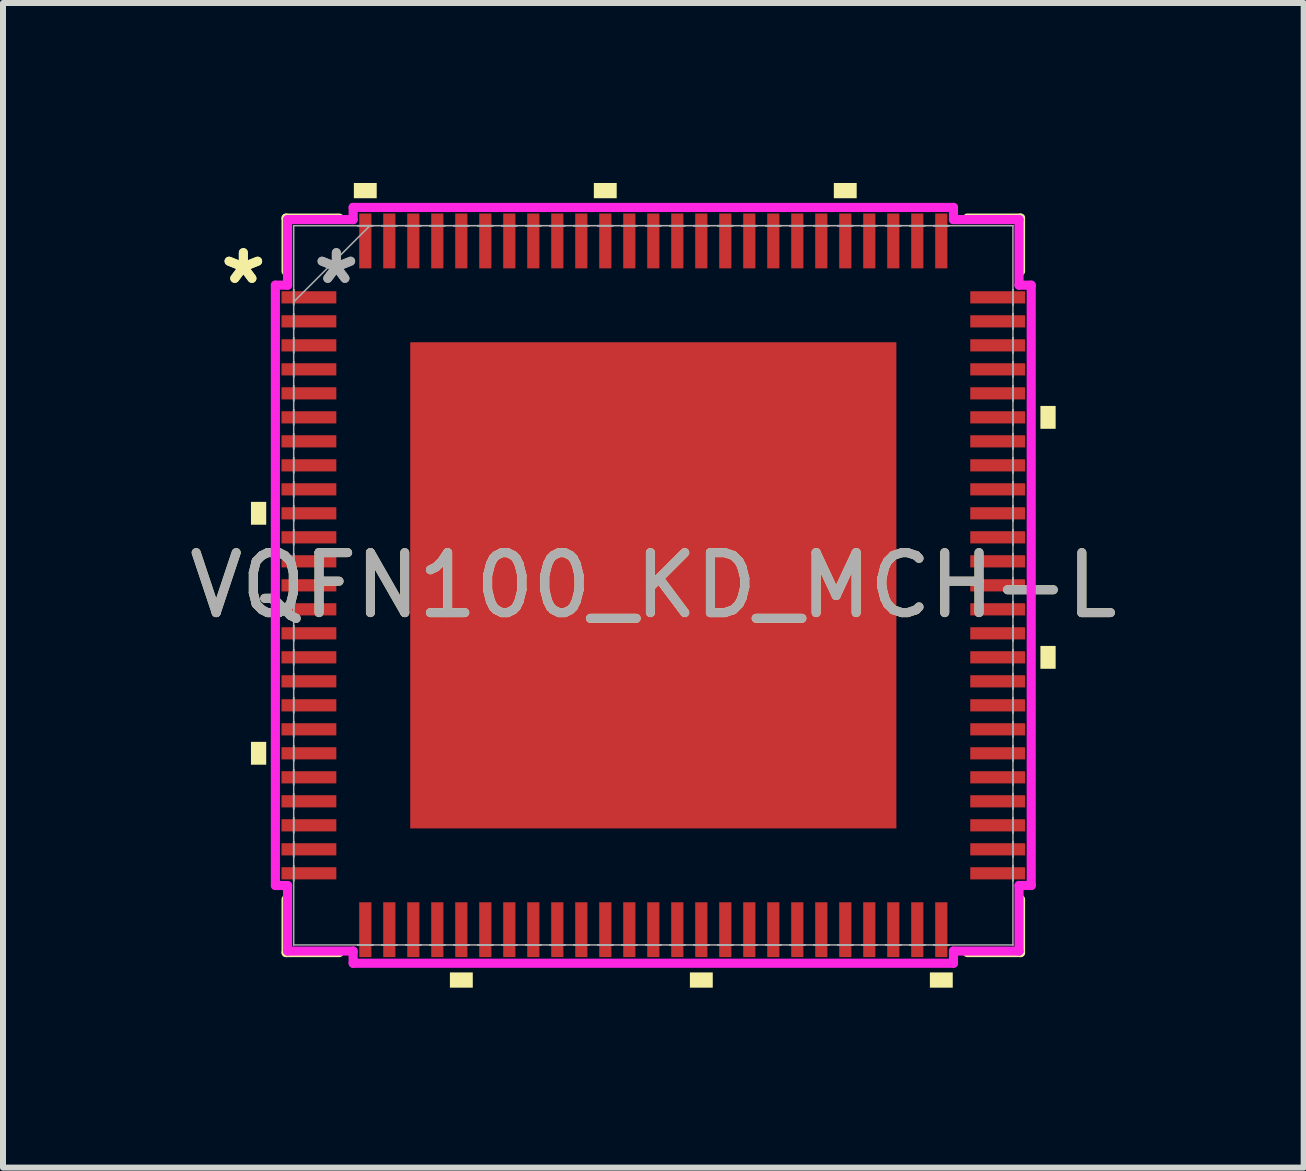
<source format=kicad_pcb>
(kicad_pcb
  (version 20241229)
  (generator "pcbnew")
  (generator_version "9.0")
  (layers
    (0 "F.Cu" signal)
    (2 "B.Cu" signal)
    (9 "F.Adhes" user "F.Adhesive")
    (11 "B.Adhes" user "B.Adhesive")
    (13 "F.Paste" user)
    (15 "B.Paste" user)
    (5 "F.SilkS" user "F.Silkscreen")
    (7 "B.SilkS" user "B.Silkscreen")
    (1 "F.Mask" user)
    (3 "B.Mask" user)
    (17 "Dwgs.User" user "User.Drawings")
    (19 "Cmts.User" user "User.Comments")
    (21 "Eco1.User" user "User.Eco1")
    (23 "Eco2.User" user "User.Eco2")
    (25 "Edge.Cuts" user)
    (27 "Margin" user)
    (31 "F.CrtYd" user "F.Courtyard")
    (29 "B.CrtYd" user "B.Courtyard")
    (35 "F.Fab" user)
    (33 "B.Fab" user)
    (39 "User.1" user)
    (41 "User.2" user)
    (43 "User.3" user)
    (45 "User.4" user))
  (footprint "VQFN100_KD_MCH-L"
    (layer "F.Cu")
    (at 7.839 6.706)
    (property "Reference" "VQFN100_KD_MCH-L" (at 0 0 0) (unlocked yes) (layer "F.SilkS") (effects (font (size 1 1) (thickness 0.15))))
    (attr smd)
    (fp_line (start -6.121 -6.121) (end -6.121 -5.234) (stroke (width 0.152) (type solid)) (layer "F.SilkS"))
    (fp_line (start -6.121 5.234) (end -6.121 6.121) (stroke (width 0.152) (type solid)) (layer "F.SilkS"))
    (fp_line (start -6.121 6.121) (end -5.234 6.121) (stroke (width 0.152) (type solid)) (layer "F.SilkS"))
    (fp_line (start -5.234 -6.121) (end -6.121 -6.121) (stroke (width 0.152) (type solid)) (layer "F.SilkS"))
    (fp_line (start 5.234 6.121) (end 6.121 6.121) (stroke (width 0.152) (type solid)) (layer "F.SilkS"))
    (fp_line (start 6.121 -6.121) (end 5.234 -6.121) (stroke (width 0.152) (type solid)) (layer "F.SilkS"))
    (fp_line (start 6.121 -5.234) (end 6.121 -6.121) (stroke (width 0.152) (type solid)) (layer "F.SilkS"))
    (fp_line (start 6.121 6.121) (end 6.121 5.234) (stroke (width 0.152) (type solid)) (layer "F.SilkS"))
    (fp_poly (pts (xy -6.706 -1.391) (xy -6.706 -1.01) (xy -6.452 -1.01) (xy -6.452 -1.391)) (stroke (width 0) (type solid)) (fill yes) (layer "F.SilkS"))
    (fp_poly (pts (xy -6.706 2.609) (xy -6.706 2.99) (xy -6.452 2.99) (xy -6.452 2.609)) (stroke (width 0) (type solid)) (fill yes) (layer "F.SilkS"))
    (fp_poly (pts (xy -4.991 -6.452) (xy -4.991 -6.706) (xy -4.61 -6.706) (xy -4.61 -6.452)) (stroke (width 0) (type solid)) (fill yes) (layer "F.SilkS"))
    (fp_poly (pts (xy -3.39 6.452) (xy -3.39 6.706) (xy -3.009 6.706) (xy -3.009 6.452)) (stroke (width 0) (type solid)) (fill yes) (layer "F.SilkS"))
    (fp_poly (pts (xy -0.991 -6.452) (xy -0.991 -6.706) (xy -0.61 -6.706) (xy -0.61 -6.452)) (stroke (width 0) (type solid)) (fill yes) (layer "F.SilkS"))
    (fp_poly (pts (xy 0.61 6.452) (xy 0.61 6.706) (xy 0.991 6.706) (xy 0.991 6.452)) (stroke (width 0) (type solid)) (fill yes) (layer "F.SilkS"))
    (fp_poly (pts (xy 3.009 -6.452) (xy 3.009 -6.706) (xy 3.39 -6.706) (xy 3.39 -6.452)) (stroke (width 0) (type solid)) (fill yes) (layer "F.SilkS"))
    (fp_poly (pts (xy 4.61 6.452) (xy 4.61 6.706) (xy 4.991 6.706) (xy 4.991 6.452)) (stroke (width 0) (type solid)) (fill yes) (layer "F.SilkS"))
    (fp_poly (pts (xy 6.706 -2.99) (xy 6.706 -2.609) (xy 6.452 -2.609) (xy 6.452 -2.99)) (stroke (width 0) (type solid)) (fill yes) (layer "F.SilkS"))
    (fp_poly (pts (xy 6.706 1.01) (xy 6.706 1.391) (xy 6.452 1.391) (xy 6.452 1.01)) (stroke (width 0) (type solid)) (fill yes) (layer "F.SilkS"))
    (fp_poly (pts (xy -3.951 -3.951) (xy -3.951 -2.801) (xy -2.801 -2.801) (xy -2.801 -3.951)) (stroke (width 0) (type solid)) (fill yes) (layer "F.Paste"))
    (fp_poly (pts (xy -3.951 -2.601) (xy -3.951 -1.45) (xy -2.801 -1.45) (xy -2.801 -2.601)) (stroke (width 0) (type solid)) (fill yes) (layer "F.Paste"))
    (fp_poly (pts (xy -3.951 -1.25) (xy -3.951 -0.1) (xy -2.801 -0.1) (xy -2.801 -1.25)) (stroke (width 0) (type solid)) (fill yes) (layer "F.Paste"))
    (fp_poly (pts (xy -3.951 0.1) (xy -3.951 1.25) (xy -2.801 1.25) (xy -2.801 0.1)) (stroke (width 0) (type solid)) (fill yes) (layer "F.Paste"))
    (fp_poly (pts (xy -3.951 1.45) (xy -3.951 2.601) (xy -2.801 2.601) (xy -2.801 1.45)) (stroke (width 0) (type solid)) (fill yes) (layer "F.Paste"))
    (fp_poly (pts (xy -3.951 2.801) (xy -3.951 3.951) (xy -2.801 3.951) (xy -2.801 2.801)) (stroke (width 0) (type solid)) (fill yes) (layer "F.Paste"))
    (fp_poly (pts (xy -2.601 -3.951) (xy -2.601 -2.801) (xy -1.45 -2.801) (xy -1.45 -3.951)) (stroke (width 0) (type solid)) (fill yes) (layer "F.Paste"))
    (fp_poly (pts (xy -2.601 -2.601) (xy -2.601 -1.45) (xy -1.45 -1.45) (xy -1.45 -2.601)) (stroke (width 0) (type solid)) (fill yes) (layer "F.Paste"))
    (fp_poly (pts (xy -2.601 -1.25) (xy -2.601 -0.1) (xy -1.45 -0.1) (xy -1.45 -1.25)) (stroke (width 0) (type solid)) (fill yes) (layer "F.Paste"))
    (fp_poly (pts (xy -2.601 0.1) (xy -2.601 1.25) (xy -1.45 1.25) (xy -1.45 0.1)) (stroke (width 0) (type solid)) (fill yes) (layer "F.Paste"))
    (fp_poly (pts (xy -2.601 1.45) (xy -2.601 2.601) (xy -1.45 2.601) (xy -1.45 1.45)) (stroke (width 0) (type solid)) (fill yes) (layer "F.Paste"))
    (fp_poly (pts (xy -2.601 2.801) (xy -2.601 3.951) (xy -1.45 3.951) (xy -1.45 2.801)) (stroke (width 0) (type solid)) (fill yes) (layer "F.Paste"))
    (fp_poly (pts (xy -1.25 -3.951) (xy -1.25 -2.801) (xy -0.1 -2.801) (xy -0.1 -3.951)) (stroke (width 0) (type solid)) (fill yes) (layer "F.Paste"))
    (fp_poly (pts (xy -1.25 -2.601) (xy -1.25 -1.45) (xy -0.1 -1.45) (xy -0.1 -2.601)) (stroke (width 0) (type solid)) (fill yes) (layer "F.Paste"))
    (fp_poly (pts (xy -1.25 -1.25) (xy -1.25 -0.1) (xy -0.1 -0.1) (xy -0.1 -1.25)) (stroke (width 0) (type solid)) (fill yes) (layer "F.Paste"))
    (fp_poly (pts (xy -1.25 0.1) (xy -1.25 1.25) (xy -0.1 1.25) (xy -0.1 0.1)) (stroke (width 0) (type solid)) (fill yes) (layer "F.Paste"))
    (fp_poly (pts (xy -1.25 1.45) (xy -1.25 2.601) (xy -0.1 2.601) (xy -0.1 1.45)) (stroke (width 0) (type solid)) (fill yes) (layer "F.Paste"))
    (fp_poly (pts (xy -1.25 2.801) (xy -1.25 3.951) (xy -0.1 3.951) (xy -0.1 2.801)) (stroke (width 0) (type solid)) (fill yes) (layer "F.Paste"))
    (fp_poly (pts (xy 0.1 -3.951) (xy 0.1 -2.801) (xy 1.25 -2.801) (xy 1.25 -3.951)) (stroke (width 0) (type solid)) (fill yes) (layer "F.Paste"))
    (fp_poly (pts (xy 0.1 -2.601) (xy 0.1 -1.45) (xy 1.25 -1.45) (xy 1.25 -2.601)) (stroke (width 0) (type solid)) (fill yes) (layer "F.Paste"))
    (fp_poly (pts (xy 0.1 -1.25) (xy 0.1 -0.1) (xy 1.25 -0.1) (xy 1.25 -1.25)) (stroke (width 0) (type solid)) (fill yes) (layer "F.Paste"))
    (fp_poly (pts (xy 0.1 0.1) (xy 0.1 1.25) (xy 1.25 1.25) (xy 1.25 0.1)) (stroke (width 0) (type solid)) (fill yes) (layer "F.Paste"))
    (fp_poly (pts (xy 0.1 1.45) (xy 0.1 2.601) (xy 1.25 2.601) (xy 1.25 1.45)) (stroke (width 0) (type solid)) (fill yes) (layer "F.Paste"))
    (fp_poly (pts (xy 0.1 2.801) (xy 0.1 3.951) (xy 1.25 3.951) (xy 1.25 2.801)) (stroke (width 0) (type solid)) (fill yes) (layer "F.Paste"))
    (fp_poly (pts (xy 1.45 -3.951) (xy 1.45 -2.801) (xy 2.601 -2.801) (xy 2.601 -3.951)) (stroke (width 0) (type solid)) (fill yes) (layer "F.Paste"))
    (fp_poly (pts (xy 1.45 -2.601) (xy 1.45 -1.45) (xy 2.601 -1.45) (xy 2.601 -2.601)) (stroke (width 0) (type solid)) (fill yes) (layer "F.Paste"))
    (fp_poly (pts (xy 1.45 -1.25) (xy 1.45 -0.1) (xy 2.601 -0.1) (xy 2.601 -1.25)) (stroke (width 0) (type solid)) (fill yes) (layer "F.Paste"))
    (fp_poly (pts (xy 1.45 0.1) (xy 1.45 1.25) (xy 2.601 1.25) (xy 2.601 0.1)) (stroke (width 0) (type solid)) (fill yes) (layer "F.Paste"))
    (fp_poly (pts (xy 1.45 1.45) (xy 1.45 2.601) (xy 2.601 2.601) (xy 2.601 1.45)) (stroke (width 0) (type solid)) (fill yes) (layer "F.Paste"))
    (fp_poly (pts (xy 1.45 2.801) (xy 1.45 3.951) (xy 2.601 3.951) (xy 2.601 2.801)) (stroke (width 0) (type solid)) (fill yes) (layer "F.Paste"))
    (fp_poly (pts (xy 2.801 -3.951) (xy 2.801 -2.801) (xy 3.951 -2.801) (xy 3.951 -3.951)) (stroke (width 0) (type solid)) (fill yes) (layer "F.Paste"))
    (fp_poly (pts (xy 2.801 -2.601) (xy 2.801 -1.45) (xy 3.951 -1.45) (xy 3.951 -2.601)) (stroke (width 0) (type solid)) (fill yes) (layer "F.Paste"))
    (fp_poly (pts (xy 2.801 -1.25) (xy 2.801 -0.1) (xy 3.951 -0.1) (xy 3.951 -1.25)) (stroke (width 0) (type solid)) (fill yes) (layer "F.Paste"))
    (fp_poly (pts (xy 2.801 0.1) (xy 2.801 1.25) (xy 3.951 1.25) (xy 3.951 0.1)) (stroke (width 0) (type solid)) (fill yes) (layer "F.Paste"))
    (fp_poly (pts (xy 2.801 1.45) (xy 2.801 2.601) (xy 3.951 2.601) (xy 3.951 1.45)) (stroke (width 0) (type solid)) (fill yes) (layer "F.Paste"))
    (fp_poly (pts (xy 2.801 2.801) (xy 2.801 3.951) (xy 3.951 3.951) (xy 3.951 2.801)) (stroke (width 0) (type solid)) (fill yes) (layer "F.Paste"))
    (fp_line (start -6.299 -5.003) (end -6.096 -5.003) (stroke (width 0.152) (type solid)) (layer "F.CrtYd"))
    (fp_line (start -6.299 5.003) (end -6.299 -5.003) (stroke (width 0.152) (type solid)) (layer "F.CrtYd"))
    (fp_line (start -6.096 -6.096) (end -5.003 -6.096) (stroke (width 0.152) (type solid)) (layer "F.CrtYd"))
    (fp_line (start -6.096 -5.003) (end -6.096 -6.096) (stroke (width 0.152) (type solid)) (layer "F.CrtYd"))
    (fp_line (start -6.096 5.003) (end -6.299 5.003) (stroke (width 0.152) (type solid)) (layer "F.CrtYd"))
    (fp_line (start -6.096 6.096) (end -6.096 5.003) (stroke (width 0.152) (type solid)) (layer "F.CrtYd"))
    (fp_line (start -5.003 -6.299) (end 5.003 -6.299) (stroke (width 0.152) (type solid)) (layer "F.CrtYd"))
    (fp_line (start -5.003 -6.096) (end -5.003 -6.299) (stroke (width 0.152) (type solid)) (layer "F.CrtYd"))
    (fp_line (start -5.003 6.096) (end -6.096 6.096) (stroke (width 0.152) (type solid)) (layer "F.CrtYd"))
    (fp_line (start -5.003 6.299) (end -5.003 6.096) (stroke (width 0.152) (type solid)) (layer "F.CrtYd"))
    (fp_line (start 5.003 -6.299) (end 5.003 -6.096) (stroke (width 0.152) (type solid)) (layer "F.CrtYd"))
    (fp_line (start 5.003 -6.096) (end 6.096 -6.096) (stroke (width 0.152) (type solid)) (layer "F.CrtYd"))
    (fp_line (start 5.003 6.096) (end 5.003 6.299) (stroke (width 0.152) (type solid)) (layer "F.CrtYd"))
    (fp_line (start 5.003 6.299) (end -5.003 6.299) (stroke (width 0.152) (type solid)) (layer "F.CrtYd"))
    (fp_line (start 6.096 -6.096) (end 6.096 -5.003) (stroke (width 0.152) (type solid)) (layer "F.CrtYd"))
    (fp_line (start 6.096 -5.003) (end 6.299 -5.003) (stroke (width 0.152) (type solid)) (layer "F.CrtYd"))
    (fp_line (start 6.096 5.003) (end 6.096 6.096) (stroke (width 0.152) (type solid)) (layer "F.CrtYd"))
    (fp_line (start 6.096 6.096) (end 5.003 6.096) (stroke (width 0.152) (type solid)) (layer "F.CrtYd"))
    (fp_line (start 6.299 -5.003) (end 6.299 5.003) (stroke (width 0.152) (type solid)) (layer "F.CrtYd"))
    (fp_line (start 6.299 5.003) (end 6.096 5.003) (stroke (width 0.152) (type solid)) (layer "F.CrtYd"))
    (fp_line (start -5.994 -5.994) (end -5.994 -5.994) (stroke (width 0.025) (type solid)) (layer "F.Fab"))
    (fp_line (start -5.994 -5.994) (end -5.994 5.994) (stroke (width 0.025) (type solid)) (layer "F.Fab"))
    (fp_line (start -5.994 -4.927) (end -5.994 -4.927) (stroke (width 0.025) (type solid)) (layer "F.Fab"))
    (fp_line (start -5.994 -4.927) (end -5.994 -4.673) (stroke (width 0.025) (type solid)) (layer "F.Fab"))
    (fp_line (start -5.994 -4.724) (end -4.724 -5.994) (stroke (width 0.025) (type solid)) (layer "F.Fab"))
    (fp_line (start -5.994 -4.673) (end -5.994 -4.927) (stroke (width 0.025) (type solid)) (layer "F.Fab"))
    (fp_line (start -5.994 -4.673) (end -5.994 -4.673) (stroke (width 0.025) (type solid)) (layer "F.Fab"))
    (fp_line (start -5.994 -4.527) (end -5.994 -4.527) (stroke (width 0.025) (type solid)) (layer "F.Fab"))
    (fp_line (start -5.994 -4.527) (end -5.994 -4.273) (stroke (width 0.025) (type solid)) (layer "F.Fab"))
    (fp_line (start -5.994 -4.273) (end -5.994 -4.527) (stroke (width 0.025) (type solid)) (layer "F.Fab"))
    (fp_line (start -5.994 -4.273) (end -5.994 -4.273) (stroke (width 0.025) (type solid)) (layer "F.Fab"))
    (fp_line (start -5.994 -4.127) (end -5.994 -4.127) (stroke (width 0.025) (type solid)) (layer "F.Fab"))
    (fp_line (start -5.994 -4.127) (end -5.994 -3.873) (stroke (width 0.025) (type solid)) (layer "F.Fab"))
    (fp_line (start -5.994 -3.873) (end -5.994 -4.127) (stroke (width 0.025) (type solid)) (layer "F.Fab"))
    (fp_line (start -5.994 -3.873) (end -5.994 -3.873) (stroke (width 0.025) (type solid)) (layer "F.Fab"))
    (fp_line (start -5.994 -3.727) (end -5.994 -3.727) (stroke (width 0.025) (type solid)) (layer "F.Fab"))
    (fp_line (start -5.994 -3.727) (end -5.994 -3.473) (stroke (width 0.025) (type solid)) (layer "F.Fab"))
    (fp_line (start -5.994 -3.473) (end -5.994 -3.727) (stroke (width 0.025) (type solid)) (layer "F.Fab"))
    (fp_line (start -5.994 -3.473) (end -5.994 -3.473) (stroke (width 0.025) (type solid)) (layer "F.Fab"))
    (fp_line (start -5.994 -3.327) (end -5.994 -3.327) (stroke (width 0.025) (type solid)) (layer "F.Fab"))
    (fp_line (start -5.994 -3.327) (end -5.994 -3.073) (stroke (width 0.025) (type solid)) (layer "F.Fab"))
    (fp_line (start -5.994 -3.073) (end -5.994 -3.327) (stroke (width 0.025) (type solid)) (layer "F.Fab"))
    (fp_line (start -5.994 -3.073) (end -5.994 -3.073) (stroke (width 0.025) (type solid)) (layer "F.Fab"))
    (fp_line (start -5.994 -2.927) (end -5.994 -2.927) (stroke (width 0.025) (type solid)) (layer "F.Fab"))
    (fp_line (start -5.994 -2.927) (end -5.994 -2.673) (stroke (width 0.025) (type solid)) (layer "F.Fab"))
    (fp_line (start -5.994 -2.673) (end -5.994 -2.927) (stroke (width 0.025) (type solid)) (layer "F.Fab"))
    (fp_line (start -5.994 -2.673) (end -5.994 -2.673) (stroke (width 0.025) (type solid)) (layer "F.Fab"))
    (fp_line (start -5.994 -2.527) (end -5.994 -2.527) (stroke (width 0.025) (type solid)) (layer "F.Fab"))
    (fp_line (start -5.994 -2.527) (end -5.994 -2.273) (stroke (width 0.025) (type solid)) (layer "F.Fab"))
    (fp_line (start -5.994 -2.273) (end -5.994 -2.527) (stroke (width 0.025) (type solid)) (layer "F.Fab"))
    (fp_line (start -5.994 -2.273) (end -5.994 -2.273) (stroke (width 0.025) (type solid)) (layer "F.Fab"))
    (fp_line (start -5.994 -2.127) (end -5.994 -2.127) (stroke (width 0.025) (type solid)) (layer "F.Fab"))
    (fp_line (start -5.994 -2.127) (end -5.994 -1.873) (stroke (width 0.025) (type solid)) (layer "F.Fab"))
    (fp_line (start -5.994 -1.873) (end -5.994 -2.127) (stroke (width 0.025) (type solid)) (layer "F.Fab"))
    (fp_line (start -5.994 -1.873) (end -5.994 -1.873) (stroke (width 0.025) (type solid)) (layer "F.Fab"))
    (fp_line (start -5.994 -1.727) (end -5.994 -1.727) (stroke (width 0.025) (type solid)) (layer "F.Fab"))
    (fp_line (start -5.994 -1.727) (end -5.994 -1.473) (stroke (width 0.025) (type solid)) (layer "F.Fab"))
    (fp_line (start -5.994 -1.473) (end -5.994 -1.727) (stroke (width 0.025) (type solid)) (layer "F.Fab"))
    (fp_line (start -5.994 -1.473) (end -5.994 -1.473) (stroke (width 0.025) (type solid)) (layer "F.Fab"))
    (fp_line (start -5.994 -1.327) (end -5.994 -1.327) (stroke (width 0.025) (type solid)) (layer "F.Fab"))
    (fp_line (start -5.994 -1.327) (end -5.994 -1.073) (stroke (width 0.025) (type solid)) (layer "F.Fab"))
    (fp_line (start -5.994 -1.073) (end -5.994 -1.327) (stroke (width 0.025) (type solid)) (layer "F.Fab"))
    (fp_line (start -5.994 -1.073) (end -5.994 -1.073) (stroke (width 0.025) (type solid)) (layer "F.Fab"))
    (fp_line (start -5.994 -0.927) (end -5.994 -0.927) (stroke (width 0.025) (type solid)) (layer "F.Fab"))
    (fp_line (start -5.994 -0.927) (end -5.994 -0.673) (stroke (width 0.025) (type solid)) (layer "F.Fab"))
    (fp_line (start -5.994 -0.673) (end -5.994 -0.927) (stroke (width 0.025) (type solid)) (layer "F.Fab"))
    (fp_line (start -5.994 -0.673) (end -5.994 -0.673) (stroke (width 0.025) (type solid)) (layer "F.Fab"))
    (fp_line (start -5.994 -0.527) (end -5.994 -0.527) (stroke (width 0.025) (type solid)) (layer "F.Fab"))
    (fp_line (start -5.994 -0.527) (end -5.994 -0.273) (stroke (width 0.025) (type solid)) (layer "F.Fab"))
    (fp_line (start -5.994 -0.273) (end -5.994 -0.527) (stroke (width 0.025) (type solid)) (layer "F.Fab"))
    (fp_line (start -5.994 -0.273) (end -5.994 -0.273) (stroke (width 0.025) (type solid)) (layer "F.Fab"))
    (fp_line (start -5.994 -0.127) (end -5.994 -0.127) (stroke (width 0.025) (type solid)) (layer "F.Fab"))
    (fp_line (start -5.994 -0.127) (end -5.994 0.127) (stroke (width 0.025) (type solid)) (layer "F.Fab"))
    (fp_line (start -5.994 0.127) (end -5.994 -0.127) (stroke (width 0.025) (type solid)) (layer "F.Fab"))
    (fp_line (start -5.994 0.127) (end -5.994 0.127) (stroke (width 0.025) (type solid)) (layer "F.Fab"))
    (fp_line (start -5.994 0.273) (end -5.994 0.273) (stroke (width 0.025) (type solid)) (layer "F.Fab"))
    (fp_line (start -5.994 0.273) (end -5.994 0.527) (stroke (width 0.025) (type solid)) (layer "F.Fab"))
    (fp_line (start -5.994 0.527) (end -5.994 0.273) (stroke (width 0.025) (type solid)) (layer "F.Fab"))
    (fp_line (start -5.994 0.527) (end -5.994 0.527) (stroke (width 0.025) (type solid)) (layer "F.Fab"))
    (fp_line (start -5.994 0.673) (end -5.994 0.673) (stroke (width 0.025) (type solid)) (layer "F.Fab"))
    (fp_line (start -5.994 0.673) (end -5.994 0.927) (stroke (width 0.025) (type solid)) (layer "F.Fab"))
    (fp_line (start -5.994 0.927) (end -5.994 0.673) (stroke (width 0.025) (type solid)) (layer "F.Fab"))
    (fp_line (start -5.994 0.927) (end -5.994 0.927) (stroke (width 0.025) (type solid)) (layer "F.Fab"))
    (fp_line (start -5.994 1.073) (end -5.994 1.073) (stroke (width 0.025) (type solid)) (layer "F.Fab"))
    (fp_line (start -5.994 1.073) (end -5.994 1.327) (stroke (width 0.025) (type solid)) (layer "F.Fab"))
    (fp_line (start -5.994 1.327) (end -5.994 1.073) (stroke (width 0.025) (type solid)) (layer "F.Fab"))
    (fp_line (start -5.994 1.327) (end -5.994 1.327) (stroke (width 0.025) (type solid)) (layer "F.Fab"))
    (fp_line (start -5.994 1.473) (end -5.994 1.473) (stroke (width 0.025) (type solid)) (layer "F.Fab"))
    (fp_line (start -5.994 1.473) (end -5.994 1.727) (stroke (width 0.025) (type solid)) (layer "F.Fab"))
    (fp_line (start -5.994 1.727) (end -5.994 1.473) (stroke (width 0.025) (type solid)) (layer "F.Fab"))
    (fp_line (start -5.994 1.727) (end -5.994 1.727) (stroke (width 0.025) (type solid)) (layer "F.Fab"))
    (fp_line (start -5.994 1.873) (end -5.994 1.873) (stroke (width 0.025) (type solid)) (layer "F.Fab"))
    (fp_line (start -5.994 1.873) (end -5.994 2.127) (stroke (width 0.025) (type solid)) (layer "F.Fab"))
    (fp_line (start -5.994 2.127) (end -5.994 1.873) (stroke (width 0.025) (type solid)) (layer "F.Fab"))
    (fp_line (start -5.994 2.127) (end -5.994 2.127) (stroke (width 0.025) (type solid)) (layer "F.Fab"))
    (fp_line (start -5.994 2.273) (end -5.994 2.273) (stroke (width 0.025) (type solid)) (layer "F.Fab"))
    (fp_line (start -5.994 2.273) (end -5.994 2.527) (stroke (width 0.025) (type solid)) (layer "F.Fab"))
    (fp_line (start -5.994 2.527) (end -5.994 2.273) (stroke (width 0.025) (type solid)) (layer "F.Fab"))
    (fp_line (start -5.994 2.527) (end -5.994 2.527) (stroke (width 0.025) (type solid)) (layer "F.Fab"))
    (fp_line (start -5.994 2.673) (end -5.994 2.673) (stroke (width 0.025) (type solid)) (layer "F.Fab"))
    (fp_line (start -5.994 2.673) (end -5.994 2.927) (stroke (width 0.025) (type solid)) (layer "F.Fab"))
    (fp_line (start -5.994 2.927) (end -5.994 2.673) (stroke (width 0.025) (type solid)) (layer "F.Fab"))
    (fp_line (start -5.994 2.927) (end -5.994 2.927) (stroke (width 0.025) (type solid)) (layer "F.Fab"))
    (fp_line (start -5.994 3.073) (end -5.994 3.073) (stroke (width 0.025) (type solid)) (layer "F.Fab"))
    (fp_line (start -5.994 3.073) (end -5.994 3.327) (stroke (width 0.025) (type solid)) (layer "F.Fab"))
    (fp_line (start -5.994 3.327) (end -5.994 3.073) (stroke (width 0.025) (type solid)) (layer "F.Fab"))
    (fp_line (start -5.994 3.327) (end -5.994 3.327) (stroke (width 0.025) (type solid)) (layer "F.Fab"))
    (fp_line (start -5.994 3.473) (end -5.994 3.473) (stroke (width 0.025) (type solid)) (layer "F.Fab"))
    (fp_line (start -5.994 3.473) (end -5.994 3.727) (stroke (width 0.025) (type solid)) (layer "F.Fab"))
    (fp_line (start -5.994 3.727) (end -5.994 3.473) (stroke (width 0.025) (type solid)) (layer "F.Fab"))
    (fp_line (start -5.994 3.727) (end -5.994 3.727) (stroke (width 0.025) (type solid)) (layer "F.Fab"))
    (fp_line (start -5.994 3.873) (end -5.994 3.873) (stroke (width 0.025) (type solid)) (layer "F.Fab"))
    (fp_line (start -5.994 3.873) (end -5.994 4.127) (stroke (width 0.025) (type solid)) (layer "F.Fab"))
    (fp_line (start -5.994 4.127) (end -5.994 3.873) (stroke (width 0.025) (type solid)) (layer "F.Fab"))
    (fp_line (start -5.994 4.127) (end -5.994 4.127) (stroke (width 0.025) (type solid)) (layer "F.Fab"))
    (fp_line (start -5.994 4.273) (end -5.994 4.273) (stroke (width 0.025) (type solid)) (layer "F.Fab"))
    (fp_line (start -5.994 4.273) (end -5.994 4.527) (stroke (width 0.025) (type solid)) (layer "F.Fab"))
    (fp_line (start -5.994 4.527) (end -5.994 4.273) (stroke (width 0.025) (type solid)) (layer "F.Fab"))
    (fp_line (start -5.994 4.527) (end -5.994 4.527) (stroke (width 0.025) (type solid)) (layer "F.Fab"))
    (fp_line (start -5.994 4.673) (end -5.994 4.673) (stroke (width 0.025) (type solid)) (layer "F.Fab"))
    (fp_line (start -5.994 4.673) (end -5.994 4.927) (stroke (width 0.025) (type solid)) (layer "F.Fab"))
    (fp_line (start -5.994 4.927) (end -5.994 4.673) (stroke (width 0.025) (type solid)) (layer "F.Fab"))
    (fp_line (start -5.994 4.927) (end -5.994 4.927) (stroke (width 0.025) (type solid)) (layer "F.Fab"))
    (fp_line (start -5.994 5.994) (end -5.994 5.994) (stroke (width 0.025) (type solid)) (layer "F.Fab"))
    (fp_line (start -5.994 5.994) (end 5.994 5.994) (stroke (width 0.025) (type solid)) (layer "F.Fab"))
    (fp_line (start -4.927 5.994) (end -4.927 5.994) (stroke (width 0.025) (type solid)) (layer "F.Fab"))
    (fp_line (start -4.927 5.994) (end -4.673 5.994) (stroke (width 0.025) (type solid)) (layer "F.Fab"))
    (fp_line (start -4.927 -5.994) (end -4.927 -5.994) (stroke (width 0.025) (type solid)) (layer "F.Fab"))
    (fp_line (start -4.927 -5.994) (end -4.673 -5.994) (stroke (width 0.025) (type solid)) (layer "F.Fab"))
    (fp_line (start -4.673 5.994) (end -4.927 5.994) (stroke (width 0.025) (type solid)) (layer "F.Fab"))
    (fp_line (start -4.673 5.994) (end -4.673 5.994) (stroke (width 0.025) (type solid)) (layer "F.Fab"))
    (fp_line (start -4.673 -5.994) (end -4.927 -5.994) (stroke (width 0.025) (type solid)) (layer "F.Fab"))
    (fp_line (start -4.673 -5.994) (end -4.673 -5.994) (stroke (width 0.025) (type solid)) (layer "F.Fab"))
    (fp_line (start -4.527 5.994) (end -4.527 5.994) (stroke (width 0.025) (type solid)) (layer "F.Fab"))
    (fp_line (start -4.527 5.994) (end -4.273 5.994) (stroke (width 0.025) (type solid)) (layer "F.Fab"))
    (fp_line (start -4.527 -5.994) (end -4.527 -5.994) (stroke (width 0.025) (type solid)) (layer "F.Fab"))
    (fp_line (start -4.527 -5.994) (end -4.273 -5.994) (stroke (width 0.025) (type solid)) (layer "F.Fab"))
    (fp_line (start -4.273 5.994) (end -4.527 5.994) (stroke (width 0.025) (type solid)) (layer "F.Fab"))
    (fp_line (start -4.273 5.994) (end -4.273 5.994) (stroke (width 0.025) (type solid)) (layer "F.Fab"))
    (fp_line (start -4.273 -5.994) (end -4.527 -5.994) (stroke (width 0.025) (type solid)) (layer "F.Fab"))
    (fp_line (start -4.273 -5.994) (end -4.273 -5.994) (stroke (width 0.025) (type solid)) (layer "F.Fab"))
    (fp_line (start -4.127 5.994) (end -4.127 5.994) (stroke (width 0.025) (type solid)) (layer "F.Fab"))
    (fp_line (start -4.127 5.994) (end -3.873 5.994) (stroke (width 0.025) (type solid)) (layer "F.Fab"))
    (fp_line (start -4.127 -5.994) (end -4.127 -5.994) (stroke (width 0.025) (type solid)) (layer "F.Fab"))
    (fp_line (start -4.127 -5.994) (end -3.873 -5.994) (stroke (width 0.025) (type solid)) (layer "F.Fab"))
    (fp_line (start -3.873 5.994) (end -4.127 5.994) (stroke (width 0.025) (type solid)) (layer "F.Fab"))
    (fp_line (start -3.873 5.994) (end -3.873 5.994) (stroke (width 0.025) (type solid)) (layer "F.Fab"))
    (fp_line (start -3.873 -5.994) (end -4.127 -5.994) (stroke (width 0.025) (type solid)) (layer "F.Fab"))
    (fp_line (start -3.873 -5.994) (end -3.873 -5.994) (stroke (width 0.025) (type solid)) (layer "F.Fab"))
    (fp_line (start -3.727 5.994) (end -3.727 5.994) (stroke (width 0.025) (type solid)) (layer "F.Fab"))
    (fp_line (start -3.727 5.994) (end -3.473 5.994) (stroke (width 0.025) (type solid)) (layer "F.Fab"))
    (fp_line (start -3.727 -5.994) (end -3.727 -5.994) (stroke (width 0.025) (type solid)) (layer "F.Fab"))
    (fp_line (start -3.727 -5.994) (end -3.473 -5.994) (stroke (width 0.025) (type solid)) (layer "F.Fab"))
    (fp_line (start -3.473 5.994) (end -3.727 5.994) (stroke (width 0.025) (type solid)) (layer "F.Fab"))
    (fp_line (start -3.473 5.994) (end -3.473 5.994) (stroke (width 0.025) (type solid)) (layer "F.Fab"))
    (fp_line (start -3.473 -5.994) (end -3.727 -5.994) (stroke (width 0.025) (type solid)) (layer "F.Fab"))
    (fp_line (start -3.473 -5.994) (end -3.473 -5.994) (stroke (width 0.025) (type solid)) (layer "F.Fab"))
    (fp_line (start -3.327 5.994) (end -3.327 5.994) (stroke (width 0.025) (type solid)) (layer "F.Fab"))
    (fp_line (start -3.327 5.994) (end -3.073 5.994) (stroke (width 0.025) (type solid)) (layer "F.Fab"))
    (fp_line (start -3.327 -5.994) (end -3.327 -5.994) (stroke (width 0.025) (type solid)) (layer "F.Fab"))
    (fp_line (start -3.327 -5.994) (end -3.073 -5.994) (stroke (width 0.025) (type solid)) (layer "F.Fab"))
    (fp_line (start -3.073 5.994) (end -3.327 5.994) (stroke (width 0.025) (type solid)) (layer "F.Fab"))
    (fp_line (start -3.073 5.994) (end -3.073 5.994) (stroke (width 0.025) (type solid)) (layer "F.Fab"))
    (fp_line (start -3.073 -5.994) (end -3.327 -5.994) (stroke (width 0.025) (type solid)) (layer "F.Fab"))
    (fp_line (start -3.073 -5.994) (end -3.073 -5.994) (stroke (width 0.025) (type solid)) (layer "F.Fab"))
    (fp_line (start -2.927 5.994) (end -2.927 5.994) (stroke (width 0.025) (type solid)) (layer "F.Fab"))
    (fp_line (start -2.927 5.994) (end -2.673 5.994) (stroke (width 0.025) (type solid)) (layer "F.Fab"))
    (fp_line (start -2.927 -5.994) (end -2.927 -5.994) (stroke (width 0.025) (type solid)) (layer "F.Fab"))
    (fp_line (start -2.927 -5.994) (end -2.673 -5.994) (stroke (width 0.025) (type solid)) (layer "F.Fab"))
    (fp_line (start -2.673 5.994) (end -2.927 5.994) (stroke (width 0.025) (type solid)) (layer "F.Fab"))
    (fp_line (start -2.673 5.994) (end -2.673 5.994) (stroke (width 0.025) (type solid)) (layer "F.Fab"))
    (fp_line (start -2.673 -5.994) (end -2.927 -5.994) (stroke (width 0.025) (type solid)) (layer "F.Fab"))
    (fp_line (start -2.673 -5.994) (end -2.673 -5.994) (stroke (width 0.025) (type solid)) (layer "F.Fab"))
    (fp_line (start -2.527 -5.994) (end -2.527 -5.994) (stroke (width 0.025) (type solid)) (layer "F.Fab"))
    (fp_line (start -2.527 -5.994) (end -2.273 -5.994) (stroke (width 0.025) (type solid)) (layer "F.Fab"))
    (fp_line (start -2.527 5.994) (end -2.527 5.994) (stroke (width 0.025) (type solid)) (layer "F.Fab"))
    (fp_line (start -2.527 5.994) (end -2.273 5.994) (stroke (width 0.025) (type solid)) (layer "F.Fab"))
    (fp_line (start -2.273 -5.994) (end -2.527 -5.994) (stroke (width 0.025) (type solid)) (layer "F.Fab"))
    (fp_line (start -2.273 -5.994) (end -2.273 -5.994) (stroke (width 0.025) (type solid)) (layer "F.Fab"))
    (fp_line (start -2.273 5.994) (end -2.527 5.994) (stroke (width 0.025) (type solid)) (layer "F.Fab"))
    (fp_line (start -2.273 5.994) (end -2.273 5.994) (stroke (width 0.025) (type solid)) (layer "F.Fab"))
    (fp_line (start -2.127 -5.994) (end -2.127 -5.994) (stroke (width 0.025) (type solid)) (layer "F.Fab"))
    (fp_line (start -2.127 -5.994) (end -1.873 -5.994) (stroke (width 0.025) (type solid)) (layer "F.Fab"))
    (fp_line (start -2.127 5.994) (end -2.127 5.994) (stroke (width 0.025) (type solid)) (layer "F.Fab"))
    (fp_line (start -2.127 5.994) (end -1.873 5.994) (stroke (width 0.025) (type solid)) (layer "F.Fab"))
    (fp_line (start -1.873 -5.994) (end -2.127 -5.994) (stroke (width 0.025) (type solid)) (layer "F.Fab"))
    (fp_line (start -1.873 -5.994) (end -1.873 -5.994) (stroke (width 0.025) (type solid)) (layer "F.Fab"))
    (fp_line (start -1.873 5.994) (end -2.127 5.994) (stroke (width 0.025) (type solid)) (layer "F.Fab"))
    (fp_line (start -1.873 5.994) (end -1.873 5.994) (stroke (width 0.025) (type solid)) (layer "F.Fab"))
    (fp_line (start -1.727 -5.994) (end -1.727 -5.994) (stroke (width 0.025) (type solid)) (layer "F.Fab"))
    (fp_line (start -1.727 -5.994) (end -1.473 -5.994) (stroke (width 0.025) (type solid)) (layer "F.Fab"))
    (fp_line (start -1.727 5.994) (end -1.727 5.994) (stroke (width 0.025) (type solid)) (layer "F.Fab"))
    (fp_line (start -1.727 5.994) (end -1.473 5.994) (stroke (width 0.025) (type solid)) (layer "F.Fab"))
    (fp_line (start -1.473 -5.994) (end -1.727 -5.994) (stroke (width 0.025) (type solid)) (layer "F.Fab"))
    (fp_line (start -1.473 -5.994) (end -1.473 -5.994) (stroke (width 0.025) (type solid)) (layer "F.Fab"))
    (fp_line (start -1.473 5.994) (end -1.727 5.994) (stroke (width 0.025) (type solid)) (layer "F.Fab"))
    (fp_line (start -1.473 5.994) (end -1.473 5.994) (stroke (width 0.025) (type solid)) (layer "F.Fab"))
    (fp_line (start -1.327 -5.994) (end -1.327 -5.994) (stroke (width 0.025) (type solid)) (layer "F.Fab"))
    (fp_line (start -1.327 -5.994) (end -1.073 -5.994) (stroke (width 0.025) (type solid)) (layer "F.Fab"))
    (fp_line (start -1.327 5.994) (end -1.327 5.994) (stroke (width 0.025) (type solid)) (layer "F.Fab"))
    (fp_line (start -1.327 5.994) (end -1.073 5.994) (stroke (width 0.025) (type solid)) (layer "F.Fab"))
    (fp_line (start -1.073 -5.994) (end -1.327 -5.994) (stroke (width 0.025) (type solid)) (layer "F.Fab"))
    (fp_line (start -1.073 -5.994) (end -1.073 -5.994) (stroke (width 0.025) (type solid)) (layer "F.Fab"))
    (fp_line (start -1.073 5.994) (end -1.327 5.994) (stroke (width 0.025) (type solid)) (layer "F.Fab"))
    (fp_line (start -1.073 5.994) (end -1.073 5.994) (stroke (width 0.025) (type solid)) (layer "F.Fab"))
    (fp_line (start -0.927 -5.994) (end -0.927 -5.994) (stroke (width 0.025) (type solid)) (layer "F.Fab"))
    (fp_line (start -0.927 -5.994) (end -0.673 -5.994) (stroke (width 0.025) (type solid)) (layer "F.Fab"))
    (fp_line (start -0.927 5.994) (end -0.927 5.994) (stroke (width 0.025) (type solid)) (layer "F.Fab"))
    (fp_line (start -0.927 5.994) (end -0.673 5.994) (stroke (width 0.025) (type solid)) (layer "F.Fab"))
    (fp_line (start -0.673 -5.994) (end -0.927 -5.994) (stroke (width 0.025) (type solid)) (layer "F.Fab"))
    (fp_line (start -0.673 -5.994) (end -0.673 -5.994) (stroke (width 0.025) (type solid)) (layer "F.Fab"))
    (fp_line (start -0.673 5.994) (end -0.927 5.994) (stroke (width 0.025) (type solid)) (layer "F.Fab"))
    (fp_line (start -0.673 5.994) (end -0.673 5.994) (stroke (width 0.025) (type solid)) (layer "F.Fab"))
    (fp_line (start -0.527 -5.994) (end -0.527 -5.994) (stroke (width 0.025) (type solid)) (layer "F.Fab"))
    (fp_line (start -0.527 -5.994) (end -0.273 -5.994) (stroke (width 0.025) (type solid)) (layer "F.Fab"))
    (fp_line (start -0.527 5.994) (end -0.527 5.994) (stroke (width 0.025) (type solid)) (layer "F.Fab"))
    (fp_line (start -0.527 5.994) (end -0.273 5.994) (stroke (width 0.025) (type solid)) (layer "F.Fab"))
    (fp_line (start -0.273 -5.994) (end -0.527 -5.994) (stroke (width 0.025) (type solid)) (layer "F.Fab"))
    (fp_line (start -0.273 -5.994) (end -0.273 -5.994) (stroke (width 0.025) (type solid)) (layer "F.Fab"))
    (fp_line (start -0.273 5.994) (end -0.527 5.994) (stroke (width 0.025) (type solid)) (layer "F.Fab"))
    (fp_line (start -0.273 5.994) (end -0.273 5.994) (stroke (width 0.025) (type solid)) (layer "F.Fab"))
    (fp_line (start -0.127 -5.994) (end -0.127 -5.994) (stroke (width 0.025) (type solid)) (layer "F.Fab"))
    (fp_line (start -0.127 -5.994) (end 0.127 -5.994) (stroke (width 0.025) (type solid)) (layer "F.Fab"))
    (fp_line (start -0.127 5.994) (end -0.127 5.994) (stroke (width 0.025) (type solid)) (layer "F.Fab"))
    (fp_line (start -0.127 5.994) (end 0.127 5.994) (stroke (width 0.025) (type solid)) (layer "F.Fab"))
    (fp_line (start 0.127 -5.994) (end -0.127 -5.994) (stroke (width 0.025) (type solid)) (layer "F.Fab"))
    (fp_line (start 0.127 -5.994) (end 0.127 -5.994) (stroke (width 0.025) (type solid)) (layer "F.Fab"))
    (fp_line (start 0.127 5.994) (end -0.127 5.994) (stroke (width 0.025) (type solid)) (layer "F.Fab"))
    (fp_line (start 0.127 5.994) (end 0.127 5.994) (stroke (width 0.025) (type solid)) (layer "F.Fab"))
    (fp_line (start 0.273 -5.994) (end 0.273 -5.994) (stroke (width 0.025) (type solid)) (layer "F.Fab"))
    (fp_line (start 0.273 -5.994) (end 0.527 -5.994) (stroke (width 0.025) (type solid)) (layer "F.Fab"))
    (fp_line (start 0.273 5.994) (end 0.273 5.994) (stroke (width 0.025) (type solid)) (layer "F.Fab"))
    (fp_line (start 0.273 5.994) (end 0.527 5.994) (stroke (width 0.025) (type solid)) (layer "F.Fab"))
    (fp_line (start 0.527 -5.994) (end 0.273 -5.994) (stroke (width 0.025) (type solid)) (layer "F.Fab"))
    (fp_line (start 0.527 -5.994) (end 0.527 -5.994) (stroke (width 0.025) (type solid)) (layer "F.Fab"))
    (fp_line (start 0.527 5.994) (end 0.273 5.994) (stroke (width 0.025) (type solid)) (layer "F.Fab"))
    (fp_line (start 0.527 5.994) (end 0.527 5.994) (stroke (width 0.025) (type solid)) (layer "F.Fab"))
    (fp_line (start 0.673 -5.994) (end 0.673 -5.994) (stroke (width 0.025) (type solid)) (layer "F.Fab"))
    (fp_line (start 0.673 -5.994) (end 0.927 -5.994) (stroke (width 0.025) (type solid)) (layer "F.Fab"))
    (fp_line (start 0.673 5.994) (end 0.673 5.994) (stroke (width 0.025) (type solid)) (layer "F.Fab"))
    (fp_line (start 0.673 5.994) (end 0.927 5.994) (stroke (width 0.025) (type solid)) (layer "F.Fab"))
    (fp_line (start 0.927 -5.994) (end 0.673 -5.994) (stroke (width 0.025) (type solid)) (layer "F.Fab"))
    (fp_line (start 0.927 -5.994) (end 0.927 -5.994) (stroke (width 0.025) (type solid)) (layer "F.Fab"))
    (fp_line (start 0.927 5.994) (end 0.673 5.994) (stroke (width 0.025) (type solid)) (layer "F.Fab"))
    (fp_line (start 0.927 5.994) (end 0.927 5.994) (stroke (width 0.025) (type solid)) (layer "F.Fab"))
    (fp_line (start 1.073 -5.994) (end 1.073 -5.994) (stroke (width 0.025) (type solid)) (layer "F.Fab"))
    (fp_line (start 1.073 -5.994) (end 1.327 -5.994) (stroke (width 0.025) (type solid)) (layer "F.Fab"))
    (fp_line (start 1.073 5.994) (end 1.073 5.994) (stroke (width 0.025) (type solid)) (layer "F.Fab"))
    (fp_line (start 1.073 5.994) (end 1.327 5.994) (stroke (width 0.025) (type solid)) (layer "F.Fab"))
    (fp_line (start 1.327 -5.994) (end 1.073 -5.994) (stroke (width 0.025) (type solid)) (layer "F.Fab"))
    (fp_line (start 1.327 -5.994) (end 1.327 -5.994) (stroke (width 0.025) (type solid)) (layer "F.Fab"))
    (fp_line (start 1.327 5.994) (end 1.073 5.994) (stroke (width 0.025) (type solid)) (layer "F.Fab"))
    (fp_line (start 1.327 5.994) (end 1.327 5.994) (stroke (width 0.025) (type solid)) (layer "F.Fab"))
    (fp_line (start 1.473 -5.994) (end 1.473 -5.994) (stroke (width 0.025) (type solid)) (layer "F.Fab"))
    (fp_line (start 1.473 -5.994) (end 1.727 -5.994) (stroke (width 0.025) (type solid)) (layer "F.Fab"))
    (fp_line (start 1.473 5.994) (end 1.473 5.994) (stroke (width 0.025) (type solid)) (layer "F.Fab"))
    (fp_line (start 1.473 5.994) (end 1.727 5.994) (stroke (width 0.025) (type solid)) (layer "F.Fab"))
    (fp_line (start 1.727 -5.994) (end 1.473 -5.994) (stroke (width 0.025) (type solid)) (layer "F.Fab"))
    (fp_line (start 1.727 -5.994) (end 1.727 -5.994) (stroke (width 0.025) (type solid)) (layer "F.Fab"))
    (fp_line (start 1.727 5.994) (end 1.473 5.994) (stroke (width 0.025) (type solid)) (layer "F.Fab"))
    (fp_line (start 1.727 5.994) (end 1.727 5.994) (stroke (width 0.025) (type solid)) (layer "F.Fab"))
    (fp_line (start 1.873 -5.994) (end 1.873 -5.994) (stroke (width 0.025) (type solid)) (layer "F.Fab"))
    (fp_line (start 1.873 -5.994) (end 2.127 -5.994) (stroke (width 0.025) (type solid)) (layer "F.Fab"))
    (fp_line (start 1.873 5.994) (end 1.873 5.994) (stroke (width 0.025) (type solid)) (layer "F.Fab"))
    (fp_line (start 1.873 5.994) (end 2.127 5.994) (stroke (width 0.025) (type solid)) (layer "F.Fab"))
    (fp_line (start 2.127 -5.994) (end 1.873 -5.994) (stroke (width 0.025) (type solid)) (layer "F.Fab"))
    (fp_line (start 2.127 -5.994) (end 2.127 -5.994) (stroke (width 0.025) (type solid)) (layer "F.Fab"))
    (fp_line (start 2.127 5.994) (end 1.873 5.994) (stroke (width 0.025) (type solid)) (layer "F.Fab"))
    (fp_line (start 2.127 5.994) (end 2.127 5.994) (stroke (width 0.025) (type solid)) (layer "F.Fab"))
    (fp_line (start 2.273 -5.994) (end 2.273 -5.994) (stroke (width 0.025) (type solid)) (layer "F.Fab"))
    (fp_line (start 2.273 -5.994) (end 2.527 -5.994) (stroke (width 0.025) (type solid)) (layer "F.Fab"))
    (fp_line (start 2.273 5.994) (end 2.273 5.994) (stroke (width 0.025) (type solid)) (layer "F.Fab"))
    (fp_line (start 2.273 5.994) (end 2.527 5.994) (stroke (width 0.025) (type solid)) (layer "F.Fab"))
    (fp_line (start 2.527 -5.994) (end 2.273 -5.994) (stroke (width 0.025) (type solid)) (layer "F.Fab"))
    (fp_line (start 2.527 -5.994) (end 2.527 -5.994) (stroke (width 0.025) (type solid)) (layer "F.Fab"))
    (fp_line (start 2.527 5.994) (end 2.273 5.994) (stroke (width 0.025) (type solid)) (layer "F.Fab"))
    (fp_line (start 2.527 5.994) (end 2.527 5.994) (stroke (width 0.025) (type solid)) (layer "F.Fab"))
    (fp_line (start 2.673 5.994) (end 2.673 5.994) (stroke (width 0.025) (type solid)) (layer "F.Fab"))
    (fp_line (start 2.673 5.994) (end 2.927 5.994) (stroke (width 0.025) (type solid)) (layer "F.Fab"))
    (fp_line (start 2.673 -5.994) (end 2.673 -5.994) (stroke (width 0.025) (type solid)) (layer "F.Fab"))
    (fp_line (start 2.673 -5.994) (end 2.927 -5.994) (stroke (width 0.025) (type solid)) (layer "F.Fab"))
    (fp_line (start 2.927 5.994) (end 2.673 5.994) (stroke (width 0.025) (type solid)) (layer "F.Fab"))
    (fp_line (start 2.927 5.994) (end 2.927 5.994) (stroke (width 0.025) (type solid)) (layer "F.Fab"))
    (fp_line (start 2.927 -5.994) (end 2.673 -5.994) (stroke (width 0.025) (type solid)) (layer "F.Fab"))
    (fp_line (start 2.927 -5.994) (end 2.927 -5.994) (stroke (width 0.025) (type solid)) (layer "F.Fab"))
    (fp_line (start 3.073 5.994) (end 3.073 5.994) (stroke (width 0.025) (type solid)) (layer "F.Fab"))
    (fp_line (start 3.073 5.994) (end 3.327 5.994) (stroke (width 0.025) (type solid)) (layer "F.Fab"))
    (fp_line (start 3.073 -5.994) (end 3.073 -5.994) (stroke (width 0.025) (type solid)) (layer "F.Fab"))
    (fp_line (start 3.073 -5.994) (end 3.327 -5.994) (stroke (width 0.025) (type solid)) (layer "F.Fab"))
    (fp_line (start 3.327 5.994) (end 3.073 5.994) (stroke (width 0.025) (type solid)) (layer "F.Fab"))
    (fp_line (start 3.327 5.994) (end 3.327 5.994) (stroke (width 0.025) (type solid)) (layer "F.Fab"))
    (fp_line (start 3.327 -5.994) (end 3.073 -5.994) (stroke (width 0.025) (type solid)) (layer "F.Fab"))
    (fp_line (start 3.327 -5.994) (end 3.327 -5.994) (stroke (width 0.025) (type solid)) (layer "F.Fab"))
    (fp_line (start 3.473 5.994) (end 3.473 5.994) (stroke (width 0.025) (type solid)) (layer "F.Fab"))
    (fp_line (start 3.473 5.994) (end 3.727 5.994) (stroke (width 0.025) (type solid)) (layer "F.Fab"))
    (fp_line (start 3.473 -5.994) (end 3.473 -5.994) (stroke (width 0.025) (type solid)) (layer "F.Fab"))
    (fp_line (start 3.473 -5.994) (end 3.727 -5.994) (stroke (width 0.025) (type solid)) (layer "F.Fab"))
    (fp_line (start 3.727 5.994) (end 3.473 5.994) (stroke (width 0.025) (type solid)) (layer "F.Fab"))
    (fp_line (start 3.727 5.994) (end 3.727 5.994) (stroke (width 0.025) (type solid)) (layer "F.Fab"))
    (fp_line (start 3.727 -5.994) (end 3.473 -5.994) (stroke (width 0.025) (type solid)) (layer "F.Fab"))
    (fp_line (start 3.727 -5.994) (end 3.727 -5.994) (stroke (width 0.025) (type solid)) (layer "F.Fab"))
    (fp_line (start 3.873 5.994) (end 3.873 5.994) (stroke (width 0.025) (type solid)) (layer "F.Fab"))
    (fp_line (start 3.873 5.994) (end 4.127 5.994) (stroke (width 0.025) (type solid)) (layer "F.Fab"))
    (fp_line (start 3.873 -5.994) (end 3.873 -5.994) (stroke (width 0.025) (type solid)) (layer "F.Fab"))
    (fp_line (start 3.873 -5.994) (end 4.127 -5.994) (stroke (width 0.025) (type solid)) (layer "F.Fab"))
    (fp_line (start 4.127 5.994) (end 3.873 5.994) (stroke (width 0.025) (type solid)) (layer "F.Fab"))
    (fp_line (start 4.127 5.994) (end 4.127 5.994) (stroke (width 0.025) (type solid)) (layer "F.Fab"))
    (fp_line (start 4.127 -5.994) (end 3.873 -5.994) (stroke (width 0.025) (type solid)) (layer "F.Fab"))
    (fp_line (start 4.127 -5.994) (end 4.127 -5.994) (stroke (width 0.025) (type solid)) (layer "F.Fab"))
    (fp_line (start 4.273 5.994) (end 4.273 5.994) (stroke (width 0.025) (type solid)) (layer "F.Fab"))
    (fp_line (start 4.273 5.994) (end 4.527 5.994) (stroke (width 0.025) (type solid)) (layer "F.Fab"))
    (fp_line (start 4.273 -5.994) (end 4.273 -5.994) (stroke (width 0.025) (type solid)) (layer "F.Fab"))
    (fp_line (start 4.273 -5.994) (end 4.527 -5.994) (stroke (width 0.025) (type solid)) (layer "F.Fab"))
    (fp_line (start 4.527 5.994) (end 4.273 5.994) (stroke (width 0.025) (type solid)) (layer "F.Fab"))
    (fp_line (start 4.527 5.994) (end 4.527 5.994) (stroke (width 0.025) (type solid)) (layer "F.Fab"))
    (fp_line (start 4.527 -5.994) (end 4.273 -5.994) (stroke (width 0.025) (type solid)) (layer "F.Fab"))
    (fp_line (start 4.527 -5.994) (end 4.527 -5.994) (stroke (width 0.025) (type solid)) (layer "F.Fab"))
    (fp_line (start 4.673 5.994) (end 4.673 5.994) (stroke (width 0.025) (type solid)) (layer "F.Fab"))
    (fp_line (start 4.673 5.994) (end 4.927 5.994) (stroke (width 0.025) (type solid)) (layer "F.Fab"))
    (fp_line (start 4.673 -5.994) (end 4.673 -5.994) (stroke (width 0.025) (type solid)) (layer "F.Fab"))
    (fp_line (start 4.673 -5.994) (end 4.927 -5.994) (stroke (width 0.025) (type solid)) (layer "F.Fab"))
    (fp_line (start 4.927 5.994) (end 4.673 5.994) (stroke (width 0.025) (type solid)) (layer "F.Fab"))
    (fp_line (start 4.927 5.994) (end 4.927 5.994) (stroke (width 0.025) (type solid)) (layer "F.Fab"))
    (fp_line (start 4.927 -5.994) (end 4.673 -5.994) (stroke (width 0.025) (type solid)) (layer "F.Fab"))
    (fp_line (start 4.927 -5.994) (end 4.927 -5.994) (stroke (width 0.025) (type solid)) (layer "F.Fab"))
    (fp_line (start 5.994 -5.994) (end -5.994 -5.994) (stroke (width 0.025) (type solid)) (layer "F.Fab"))
    (fp_line (start 5.994 -5.994) (end 5.994 -5.994) (stroke (width 0.025) (type solid)) (layer "F.Fab"))
    (fp_line (start 5.994 -4.927) (end 5.994 -4.927) (stroke (width 0.025) (type solid)) (layer "F.Fab"))
    (fp_line (start 5.994 -4.927) (end 5.994 -4.673) (stroke (width 0.025) (type solid)) (layer "F.Fab"))
    (fp_line (start 5.994 -4.673) (end 5.994 -4.927) (stroke (width 0.025) (type solid)) (layer "F.Fab"))
    (fp_line (start 5.994 -4.673) (end 5.994 -4.673) (stroke (width 0.025) (type solid)) (layer "F.Fab"))
    (fp_line (start 5.994 -4.527) (end 5.994 -4.527) (stroke (width 0.025) (type solid)) (layer "F.Fab"))
    (fp_line (start 5.994 -4.527) (end 5.994 -4.273) (stroke (width 0.025) (type solid)) (layer "F.Fab"))
    (fp_line (start 5.994 -4.273) (end 5.994 -4.527) (stroke (width 0.025) (type solid)) (layer "F.Fab"))
    (fp_line (start 5.994 -4.273) (end 5.994 -4.273) (stroke (width 0.025) (type solid)) (layer "F.Fab"))
    (fp_line (start 5.994 -4.127) (end 5.994 -4.127) (stroke (width 0.025) (type solid)) (layer "F.Fab"))
    (fp_line (start 5.994 -4.127) (end 5.994 -3.873) (stroke (width 0.025) (type solid)) (layer "F.Fab"))
    (fp_line (start 5.994 -3.873) (end 5.994 -4.127) (stroke (width 0.025) (type solid)) (layer "F.Fab"))
    (fp_line (start 5.994 -3.873) (end 5.994 -3.873) (stroke (width 0.025) (type solid)) (layer "F.Fab"))
    (fp_line (start 5.994 -3.727) (end 5.994 -3.727) (stroke (width 0.025) (type solid)) (layer "F.Fab"))
    (fp_line (start 5.994 -3.727) (end 5.994 -3.473) (stroke (width 0.025) (type solid)) (layer "F.Fab"))
    (fp_line (start 5.994 -3.473) (end 5.994 -3.727) (stroke (width 0.025) (type solid)) (layer "F.Fab"))
    (fp_line (start 5.994 -3.473) (end 5.994 -3.473) (stroke (width 0.025) (type solid)) (layer "F.Fab"))
    (fp_line (start 5.994 -3.327) (end 5.994 -3.327) (stroke (width 0.025) (type solid)) (layer "F.Fab"))
    (fp_line (start 5.994 -3.327) (end 5.994 -3.073) (stroke (width 0.025) (type solid)) (layer "F.Fab"))
    (fp_line (start 5.994 -3.073) (end 5.994 -3.327) (stroke (width 0.025) (type solid)) (layer "F.Fab"))
    (fp_line (start 5.994 -3.073) (end 5.994 -3.073) (stroke (width 0.025) (type solid)) (layer "F.Fab"))
    (fp_line (start 5.994 -2.927) (end 5.994 -2.927) (stroke (width 0.025) (type solid)) (layer "F.Fab"))
    (fp_line (start 5.994 -2.927) (end 5.994 -2.673) (stroke (width 0.025) (type solid)) (layer "F.Fab"))
    (fp_line (start 5.994 -2.673) (end 5.994 -2.927) (stroke (width 0.025) (type solid)) (layer "F.Fab"))
    (fp_line (start 5.994 -2.673) (end 5.994 -2.673) (stroke (width 0.025) (type solid)) (layer "F.Fab"))
    (fp_line (start 5.994 -2.527) (end 5.994 -2.527) (stroke (width 0.025) (type solid)) (layer "F.Fab"))
    (fp_line (start 5.994 -2.527) (end 5.994 -2.273) (stroke (width 0.025) (type solid)) (layer "F.Fab"))
    (fp_line (start 5.994 -2.273) (end 5.994 -2.527) (stroke (width 0.025) (type solid)) (layer "F.Fab"))
    (fp_line (start 5.994 -2.273) (end 5.994 -2.273) (stroke (width 0.025) (type solid)) (layer "F.Fab"))
    (fp_line (start 5.994 -2.127) (end 5.994 -2.127) (stroke (width 0.025) (type solid)) (layer "F.Fab"))
    (fp_line (start 5.994 -2.127) (end 5.994 -1.873) (stroke (width 0.025) (type solid)) (layer "F.Fab"))
    (fp_line (start 5.994 -1.873) (end 5.994 -2.127) (stroke (width 0.025) (type solid)) (layer "F.Fab"))
    (fp_line (start 5.994 -1.873) (end 5.994 -1.873) (stroke (width 0.025) (type solid)) (layer "F.Fab"))
    (fp_line (start 5.994 -1.727) (end 5.994 -1.727) (stroke (width 0.025) (type solid)) (layer "F.Fab"))
    (fp_line (start 5.994 -1.727) (end 5.994 -1.473) (stroke (width 0.025) (type solid)) (layer "F.Fab"))
    (fp_line (start 5.994 -1.473) (end 5.994 -1.727) (stroke (width 0.025) (type solid)) (layer "F.Fab"))
    (fp_line (start 5.994 -1.473) (end 5.994 -1.473) (stroke (width 0.025) (type solid)) (layer "F.Fab"))
    (fp_line (start 5.994 -1.327) (end 5.994 -1.327) (stroke (width 0.025) (type solid)) (layer "F.Fab"))
    (fp_line (start 5.994 -1.327) (end 5.994 -1.073) (stroke (width 0.025) (type solid)) (layer "F.Fab"))
    (fp_line (start 5.994 -1.073) (end 5.994 -1.327) (stroke (width 0.025) (type solid)) (layer "F.Fab"))
    (fp_line (start 5.994 -1.073) (end 5.994 -1.073) (stroke (width 0.025) (type solid)) (layer "F.Fab"))
    (fp_line (start 5.994 -0.927) (end 5.994 -0.927) (stroke (width 0.025) (type solid)) (layer "F.Fab"))
    (fp_line (start 5.994 -0.927) (end 5.994 -0.673) (stroke (width 0.025) (type solid)) (layer "F.Fab"))
    (fp_line (start 5.994 -0.673) (end 5.994 -0.927) (stroke (width 0.025) (type solid)) (layer "F.Fab"))
    (fp_line (start 5.994 -0.673) (end 5.994 -0.673) (stroke (width 0.025) (type solid)) (layer "F.Fab"))
    (fp_line (start 5.994 -0.527) (end 5.994 -0.527) (stroke (width 0.025) (type solid)) (layer "F.Fab"))
    (fp_line (start 5.994 -0.527) (end 5.994 -0.273) (stroke (width 0.025) (type solid)) (layer "F.Fab"))
    (fp_line (start 5.994 -0.273) (end 5.994 -0.527) (stroke (width 0.025) (type solid)) (layer "F.Fab"))
    (fp_line (start 5.994 -0.273) (end 5.994 -0.273) (stroke (width 0.025) (type solid)) (layer "F.Fab"))
    (fp_line (start 5.994 -0.127) (end 5.994 -0.127) (stroke (width 0.025) (type solid)) (layer "F.Fab"))
    (fp_line (start 5.994 -0.127) (end 5.994 0.127) (stroke (width 0.025) (type solid)) (layer "F.Fab"))
    (fp_line (start 5.994 0.127) (end 5.994 -0.127) (stroke (width 0.025) (type solid)) (layer "F.Fab"))
    (fp_line (start 5.994 0.127) (end 5.994 0.127) (stroke (width 0.025) (type solid)) (layer "F.Fab"))
    (fp_line (start 5.994 0.273) (end 5.994 0.273) (stroke (width 0.025) (type solid)) (layer "F.Fab"))
    (fp_line (start 5.994 0.273) (end 5.994 0.527) (stroke (width 0.025) (type solid)) (layer "F.Fab"))
    (fp_line (start 5.994 0.527) (end 5.994 0.273) (stroke (width 0.025) (type solid)) (layer "F.Fab"))
    (fp_line (start 5.994 0.527) (end 5.994 0.527) (stroke (width 0.025) (type solid)) (layer "F.Fab"))
    (fp_line (start 5.994 0.673) (end 5.994 0.673) (stroke (width 0.025) (type solid)) (layer "F.Fab"))
    (fp_line (start 5.994 0.673) (end 5.994 0.927) (stroke (width 0.025) (type solid)) (layer "F.Fab"))
    (fp_line (start 5.994 0.927) (end 5.994 0.673) (stroke (width 0.025) (type solid)) (layer "F.Fab"))
    (fp_line (start 5.994 0.927) (end 5.994 0.927) (stroke (width 0.025) (type solid)) (layer "F.Fab"))
    (fp_line (start 5.994 1.073) (end 5.994 1.073) (stroke (width 0.025) (type solid)) (layer "F.Fab"))
    (fp_line (start 5.994 1.073) (end 5.994 1.327) (stroke (width 0.025) (type solid)) (layer "F.Fab"))
    (fp_line (start 5.994 1.327) (end 5.994 1.073) (stroke (width 0.025) (type solid)) (layer "F.Fab"))
    (fp_line (start 5.994 1.327) (end 5.994 1.327) (stroke (width 0.025) (type solid)) (layer "F.Fab"))
    (fp_line (start 5.994 1.473) (end 5.994 1.473) (stroke (width 0.025) (type solid)) (layer "F.Fab"))
    (fp_line (start 5.994 1.473) (end 5.994 1.727) (stroke (width 0.025) (type solid)) (layer "F.Fab"))
    (fp_line (start 5.994 1.727) (end 5.994 1.473) (stroke (width 0.025) (type solid)) (layer "F.Fab"))
    (fp_line (start 5.994 1.727) (end 5.994 1.727) (stroke (width 0.025) (type solid)) (layer "F.Fab"))
    (fp_line (start 5.994 1.873) (end 5.994 1.873) (stroke (width 0.025) (type solid)) (layer "F.Fab"))
    (fp_line (start 5.994 1.873) (end 5.994 2.127) (stroke (width 0.025) (type solid)) (layer "F.Fab"))
    (fp_line (start 5.994 2.127) (end 5.994 1.873) (stroke (width 0.025) (type solid)) (layer "F.Fab"))
    (fp_line (start 5.994 2.127) (end 5.994 2.127) (stroke (width 0.025) (type solid)) (layer "F.Fab"))
    (fp_line (start 5.994 2.273) (end 5.994 2.273) (stroke (width 0.025) (type solid)) (layer "F.Fab"))
    (fp_line (start 5.994 2.273) (end 5.994 2.527) (stroke (width 0.025) (type solid)) (layer "F.Fab"))
    (fp_line (start 5.994 2.527) (end 5.994 2.273) (stroke (width 0.025) (type solid)) (layer "F.Fab"))
    (fp_line (start 5.994 2.527) (end 5.994 2.527) (stroke (width 0.025) (type solid)) (layer "F.Fab"))
    (fp_line (start 5.994 2.673) (end 5.994 2.673) (stroke (width 0.025) (type solid)) (layer "F.Fab"))
    (fp_line (start 5.994 2.673) (end 5.994 2.927) (stroke (width 0.025) (type solid)) (layer "F.Fab"))
    (fp_line (start 5.994 2.927) (end 5.994 2.673) (stroke (width 0.025) (type solid)) (layer "F.Fab"))
    (fp_line (start 5.994 2.927) (end 5.994 2.927) (stroke (width 0.025) (type solid)) (layer "F.Fab"))
    (fp_line (start 5.994 3.073) (end 5.994 3.073) (stroke (width 0.025) (type solid)) (layer "F.Fab"))
    (fp_line (start 5.994 3.073) (end 5.994 3.327) (stroke (width 0.025) (type solid)) (layer "F.Fab"))
    (fp_line (start 5.994 3.327) (end 5.994 3.073) (stroke (width 0.025) (type solid)) (layer "F.Fab"))
    (fp_line (start 5.994 3.327) (end 5.994 3.327) (stroke (width 0.025) (type solid)) (layer "F.Fab"))
    (fp_line (start 5.994 3.473) (end 5.994 3.473) (stroke (width 0.025) (type solid)) (layer "F.Fab"))
    (fp_line (start 5.994 3.473) (end 5.994 3.727) (stroke (width 0.025) (type solid)) (layer "F.Fab"))
    (fp_line (start 5.994 3.727) (end 5.994 3.473) (stroke (width 0.025) (type solid)) (layer "F.Fab"))
    (fp_line (start 5.994 3.727) (end 5.994 3.727) (stroke (width 0.025) (type solid)) (layer "F.Fab"))
    (fp_line (start 5.994 3.873) (end 5.994 3.873) (stroke (width 0.025) (type solid)) (layer "F.Fab"))
    (fp_line (start 5.994 3.873) (end 5.994 4.127) (stroke (width 0.025) (type solid)) (layer "F.Fab"))
    (fp_line (start 5.994 4.127) (end 5.994 3.873) (stroke (width 0.025) (type solid)) (layer "F.Fab"))
    (fp_line (start 5.994 4.127) (end 5.994 4.127) (stroke (width 0.025) (type solid)) (layer "F.Fab"))
    (fp_line (start 5.994 4.273) (end 5.994 4.273) (stroke (width 0.025) (type solid)) (layer "F.Fab"))
    (fp_line (start 5.994 4.273) (end 5.994 4.527) (stroke (width 0.025) (type solid)) (layer "F.Fab"))
    (fp_line (start 5.994 4.527) (end 5.994 4.273) (stroke (width 0.025) (type solid)) (layer "F.Fab"))
    (fp_line (start 5.994 4.527) (end 5.994 4.527) (stroke (width 0.025) (type solid)) (layer "F.Fab"))
    (fp_line (start 5.994 4.673) (end 5.994 4.673) (stroke (width 0.025) (type solid)) (layer "F.Fab"))
    (fp_line (start 5.994 4.673) (end 5.994 4.927) (stroke (width 0.025) (type solid)) (layer "F.Fab"))
    (fp_line (start 5.994 4.927) (end 5.994 4.673) (stroke (width 0.025) (type solid)) (layer "F.Fab"))
    (fp_line (start 5.994 4.927) (end 5.994 4.927) (stroke (width 0.025) (type solid)) (layer "F.Fab"))
    (fp_line (start 5.994 5.994) (end 5.994 -5.994) (stroke (width 0.025) (type solid)) (layer "F.Fab"))
    (fp_line (start 5.994 5.994) (end 5.994 5.994) (stroke (width 0.025) (type solid)) (layer "F.Fab"))
    (fp_text user "*" (at -6.833 -5 0) (unlocked yes) (layer "F.SilkS") (effects (font (size 1 1) (thickness 0.15))))
    (fp_text user "*" (at -6.833 -5 0) (layer "F.SilkS") (effects (font (size 1 1) (thickness 0.15))))
    (fp_text user "*" (at -5.283 -5 0) (layer "F.Fab") (effects (font (size 1 1) (thickness 0.15))))
    (fp_text user "${REFERENCE}" (at 0 0 0) (unlocked yes) (layer "F.Fab") (effects (font (size 1 1) (thickness 0.15))))
    (fp_text user "*" (at -5.283 -5 0) (unlocked yes) (layer "F.Fab") (effects (font (size 1 1) (thickness 0.15))))
    (pad "1" smd rect (at -5.74 -4.8 90) (size 0.203 0.914) (layers "F.Cu" "F.Mask" "F.Paste"))
    (pad "2" smd rect (at -5.74 -4.4 90) (size 0.203 0.914) (layers "F.Cu" "F.Mask" "F.Paste"))
    (pad "3" smd rect (at -5.74 -4 90) (size 0.203 0.914) (layers "F.Cu" "F.Mask" "F.Paste"))
    (pad "4" smd rect (at -5.74 -3.6 90) (size 0.203 0.914) (layers "F.Cu" "F.Mask" "F.Paste"))
    (pad "5" smd rect (at -5.74 -3.2 90) (size 0.203 0.914) (layers "F.Cu" "F.Mask" "F.Paste"))
    (pad "6" smd rect (at -5.74 -2.8 90) (size 0.203 0.914) (layers "F.Cu" "F.Mask" "F.Paste"))
    (pad "7" smd rect (at -5.74 -2.4 90) (size 0.203 0.914) (layers "F.Cu" "F.Mask" "F.Paste"))
    (pad "8" smd rect (at -5.74 -2 90) (size 0.203 0.914) (layers "F.Cu" "F.Mask" "F.Paste"))
    (pad "9" smd rect (at -5.74 -1.6 90) (size 0.203 0.914) (layers "F.Cu" "F.Mask" "F.Paste"))
    (pad "10" smd rect (at -5.74 -1.2 90) (size 0.203 0.914) (layers "F.Cu" "F.Mask" "F.Paste"))
    (pad "11" smd rect (at -5.74 -0.8 90) (size 0.203 0.914) (layers "F.Cu" "F.Mask" "F.Paste"))
    (pad "12" smd rect (at -5.74 -0.4 90) (size 0.203 0.914) (layers "F.Cu" "F.Mask" "F.Paste"))
    (pad "13" smd rect (at -5.74 0 90) (size 0.203 0.914) (layers "F.Cu" "F.Mask" "F.Paste"))
    (pad "14" smd rect (at -5.74 0.4 90) (size 0.203 0.914) (layers "F.Cu" "F.Mask" "F.Paste"))
    (pad "15" smd rect (at -5.74 0.8 90) (size 0.203 0.914) (layers "F.Cu" "F.Mask" "F.Paste"))
    (pad "16" smd rect (at -5.74 1.2 90) (size 0.203 0.914) (layers "F.Cu" "F.Mask" "F.Paste"))
    (pad "17" smd rect (at -5.74 1.6 90) (size 0.203 0.914) (layers "F.Cu" "F.Mask" "F.Paste"))
    (pad "18" smd rect (at -5.74 2 90) (size 0.203 0.914) (layers "F.Cu" "F.Mask" "F.Paste"))
    (pad "19" smd rect (at -5.74 2.4 90) (size 0.203 0.914) (layers "F.Cu" "F.Mask" "F.Paste"))
    (pad "20" smd rect (at -5.74 2.8 90) (size 0.203 0.914) (layers "F.Cu" "F.Mask" "F.Paste"))
    (pad "21" smd rect (at -5.74 3.2 90) (size 0.203 0.914) (layers "F.Cu" "F.Mask" "F.Paste"))
    (pad "22" smd rect (at -5.74 3.6 90) (size 0.203 0.914) (layers "F.Cu" "F.Mask" "F.Paste"))
    (pad "23" smd rect (at -5.74 4 90) (size 0.203 0.914) (layers "F.Cu" "F.Mask" "F.Paste"))
    (pad "24" smd rect (at -5.74 4.4 90) (size 0.203 0.914) (layers "F.Cu" "F.Mask" "F.Paste"))
    (pad "25" smd rect (at -5.74 4.8 90) (size 0.203 0.914) (layers "F.Cu" "F.Mask" "F.Paste"))
    (pad "26" smd rect (at -4.8 5.74) (size 0.203 0.914) (layers "F.Cu" "F.Mask" "F.Paste"))
    (pad "27" smd rect (at -4.4 5.74) (size 0.203 0.914) (layers "F.Cu" "F.Mask" "F.Paste"))
    (pad "28" smd rect (at -4 5.74) (size 0.203 0.914) (layers "F.Cu" "F.Mask" "F.Paste"))
    (pad "29" smd rect (at -3.6 5.74) (size 0.203 0.914) (layers "F.Cu" "F.Mask" "F.Paste"))
    (pad "30" smd rect (at -3.2 5.74) (size 0.203 0.914) (layers "F.Cu" "F.Mask" "F.Paste"))
    (pad "31" smd rect (at -2.8 5.74) (size 0.203 0.914) (layers "F.Cu" "F.Mask" "F.Paste"))
    (pad "32" smd rect (at -2.4 5.74) (size 0.203 0.914) (layers "F.Cu" "F.Mask" "F.Paste"))
    (pad "33" smd rect (at -2 5.74) (size 0.203 0.914) (layers "F.Cu" "F.Mask" "F.Paste"))
    (pad "34" smd rect (at -1.6 5.74) (size 0.203 0.914) (layers "F.Cu" "F.Mask" "F.Paste"))
    (pad "35" smd rect (at -1.2 5.74) (size 0.203 0.914) (layers "F.Cu" "F.Mask" "F.Paste"))
    (pad "36" smd rect (at -0.8 5.74) (size 0.203 0.914) (layers "F.Cu" "F.Mask" "F.Paste"))
    (pad "37" smd rect (at -0.4 5.74) (size 0.203 0.914) (layers "F.Cu" "F.Mask" "F.Paste"))
    (pad "38" smd rect (at 0 5.74) (size 0.203 0.914) (layers "F.Cu" "F.Mask" "F.Paste"))
    (pad "39" smd rect (at 0.4 5.74) (size 0.203 0.914) (layers "F.Cu" "F.Mask" "F.Paste"))
    (pad "40" smd rect (at 0.8 5.74) (size 0.203 0.914) (layers "F.Cu" "F.Mask" "F.Paste"))
    (pad "41" smd rect (at 1.2 5.74) (size 0.203 0.914) (layers "F.Cu" "F.Mask" "F.Paste"))
    (pad "42" smd rect (at 1.6 5.74) (size 0.203 0.914) (layers "F.Cu" "F.Mask" "F.Paste"))
    (pad "43" smd rect (at 2 5.74) (size 0.203 0.914) (layers "F.Cu" "F.Mask" "F.Paste"))
    (pad "44" smd rect (at 2.4 5.74) (size 0.203 0.914) (layers "F.Cu" "F.Mask" "F.Paste"))
    (pad "45" smd rect (at 2.8 5.74) (size 0.203 0.914) (layers "F.Cu" "F.Mask" "F.Paste"))
    (pad "46" smd rect (at 3.2 5.74) (size 0.203 0.914) (layers "F.Cu" "F.Mask" "F.Paste"))
    (pad "47" smd rect (at 3.6 5.74) (size 0.203 0.914) (layers "F.Cu" "F.Mask" "F.Paste"))
    (pad "48" smd rect (at 4 5.74) (size 0.203 0.914) (layers "F.Cu" "F.Mask" "F.Paste"))
    (pad "49" smd rect (at 4.4 5.74) (size 0.203 0.914) (layers "F.Cu" "F.Mask" "F.Paste"))
    (pad "50" smd rect (at 4.8 5.74) (size 0.203 0.914) (layers "F.Cu" "F.Mask" "F.Paste"))
    (pad "51" smd rect (at 5.74 4.8 90) (size 0.203 0.914) (layers "F.Cu" "F.Mask" "F.Paste"))
    (pad "52" smd rect (at 5.74 4.4 90) (size 0.203 0.914) (layers "F.Cu" "F.Mask" "F.Paste"))
    (pad "53" smd rect (at 5.74 4 90) (size 0.203 0.914) (layers "F.Cu" "F.Mask" "F.Paste"))
    (pad "54" smd rect (at 5.74 3.6 90) (size 0.203 0.914) (layers "F.Cu" "F.Mask" "F.Paste"))
    (pad "55" smd rect (at 5.74 3.2 90) (size 0.203 0.914) (layers "F.Cu" "F.Mask" "F.Paste"))
    (pad "56" smd rect (at 5.74 2.8 90) (size 0.203 0.914) (layers "F.Cu" "F.Mask" "F.Paste"))
    (pad "57" smd rect (at 5.74 2.4 90) (size 0.203 0.914) (layers "F.Cu" "F.Mask" "F.Paste"))
    (pad "58" smd rect (at 5.74 2 90) (size 0.203 0.914) (layers "F.Cu" "F.Mask" "F.Paste"))
    (pad "59" smd rect (at 5.74 1.6 90) (size 0.203 0.914) (layers "F.Cu" "F.Mask" "F.Paste"))
    (pad "60" smd rect (at 5.74 1.2 90) (size 0.203 0.914) (layers "F.Cu" "F.Mask" "F.Paste"))
    (pad "61" smd rect (at 5.74 0.8 90) (size 0.203 0.914) (layers "F.Cu" "F.Mask" "F.Paste"))
    (pad "62" smd rect (at 5.74 0.4 90) (size 0.203 0.914) (layers "F.Cu" "F.Mask" "F.Paste"))
    (pad "63" smd rect (at 5.74 0 90) (size 0.203 0.914) (layers "F.Cu" "F.Mask" "F.Paste"))
    (pad "64" smd rect (at 5.74 -0.4 90) (size 0.203 0.914) (layers "F.Cu" "F.Mask" "F.Paste"))
    (pad "65" smd rect (at 5.74 -0.8 90) (size 0.203 0.914) (layers "F.Cu" "F.Mask" "F.Paste"))
    (pad "66" smd rect (at 5.74 -1.2 90) (size 0.203 0.914) (layers "F.Cu" "F.Mask" "F.Paste"))
    (pad "67" smd rect (at 5.74 -1.6 90) (size 0.203 0.914) (layers "F.Cu" "F.Mask" "F.Paste"))
    (pad "68" smd rect (at 5.74 -2 90) (size 0.203 0.914) (layers "F.Cu" "F.Mask" "F.Paste"))
    (pad "69" smd rect (at 5.74 -2.4 90) (size 0.203 0.914) (layers "F.Cu" "F.Mask" "F.Paste"))
    (pad "70" smd rect (at 5.74 -2.8 90) (size 0.203 0.914) (layers "F.Cu" "F.Mask" "F.Paste"))
    (pad "71" smd rect (at 5.74 -3.2 90) (size 0.203 0.914) (layers "F.Cu" "F.Mask" "F.Paste"))
    (pad "72" smd rect (at 5.74 -3.6 90) (size 0.203 0.914) (layers "F.Cu" "F.Mask" "F.Paste"))
    (pad "73" smd rect (at 5.74 -4 90) (size 0.203 0.914) (layers "F.Cu" "F.Mask" "F.Paste"))
    (pad "74" smd rect (at 5.74 -4.4 90) (size 0.203 0.914) (layers "F.Cu" "F.Mask" "F.Paste"))
    (pad "75" smd rect (at 5.74 -4.8 90) (size 0.203 0.914) (layers "F.Cu" "F.Mask" "F.Paste"))
    (pad "76" smd rect (at 4.8 -5.74) (size 0.203 0.914) (layers "F.Cu" "F.Mask" "F.Paste"))
    (pad "77" smd rect (at 4.4 -5.74) (size 0.203 0.914) (layers "F.Cu" "F.Mask" "F.Paste"))
    (pad "78" smd rect (at 4 -5.74) (size 0.203 0.914) (layers "F.Cu" "F.Mask" "F.Paste"))
    (pad "79" smd rect (at 3.6 -5.74) (size 0.203 0.914) (layers "F.Cu" "F.Mask" "F.Paste"))
    (pad "80" smd rect (at 3.2 -5.74) (size 0.203 0.914) (layers "F.Cu" "F.Mask" "F.Paste"))
    (pad "81" smd rect (at 2.8 -5.74) (size 0.203 0.914) (layers "F.Cu" "F.Mask" "F.Paste"))
    (pad "82" smd rect (at 2.4 -5.74) (size 0.203 0.914) (layers "F.Cu" "F.Mask" "F.Paste"))
    (pad "83" smd rect (at 2 -5.74) (size 0.203 0.914) (layers "F.Cu" "F.Mask" "F.Paste"))
    (pad "84" smd rect (at 1.6 -5.74) (size 0.203 0.914) (layers "F.Cu" "F.Mask" "F.Paste"))
    (pad "85" smd rect (at 1.2 -5.74) (size 0.203 0.914) (layers "F.Cu" "F.Mask" "F.Paste"))
    (pad "86" smd rect (at 0.8 -5.74) (size 0.203 0.914) (layers "F.Cu" "F.Mask" "F.Paste"))
    (pad "87" smd rect (at 0.4 -5.74) (size 0.203 0.914) (layers "F.Cu" "F.Mask" "F.Paste"))
    (pad "88" smd rect (at 0 -5.74) (size 0.203 0.914) (layers "F.Cu" "F.Mask" "F.Paste"))
    (pad "89" smd rect (at -0.4 -5.74) (size 0.203 0.914) (layers "F.Cu" "F.Mask" "F.Paste"))
    (pad "90" smd rect (at -0.8 -5.74) (size 0.203 0.914) (layers "F.Cu" "F.Mask" "F.Paste"))
    (pad "91" smd rect (at -1.2 -5.74) (size 0.203 0.914) (layers "F.Cu" "F.Mask" "F.Paste"))
    (pad "92" smd rect (at -1.6 -5.74) (size 0.203 0.914) (layers "F.Cu" "F.Mask" "F.Paste"))
    (pad "93" smd rect (at -2 -5.74) (size 0.203 0.914) (layers "F.Cu" "F.Mask" "F.Paste"))
    (pad "94" smd rect (at -2.4 -5.74) (size 0.203 0.914) (layers "F.Cu" "F.Mask" "F.Paste"))
    (pad "95" smd rect (at -2.8 -5.74) (size 0.203 0.914) (layers "F.Cu" "F.Mask" "F.Paste"))
    (pad "96" smd rect (at -3.2 -5.74) (size 0.203 0.914) (layers "F.Cu" "F.Mask" "F.Paste"))
    (pad "97" smd rect (at -3.6 -5.74) (size 0.203 0.914) (layers "F.Cu" "F.Mask" "F.Paste"))
    (pad "98" smd rect (at -4 -5.74) (size 0.203 0.914) (layers "F.Cu" "F.Mask" "F.Paste"))
    (pad "99" smd rect (at -4.4 -5.74) (size 0.203 0.914) (layers "F.Cu" "F.Mask" "F.Paste"))
    (pad "100" smd rect (at -4.8 -5.74) (size 0.203 0.914) (layers "F.Cu" "F.Mask" "F.Paste"))
    (pad "101" smd rect (at 0 0) (size 8.103 8.103) (layers "F.Cu" "F.Mask")))
  (gr_rect
    (start -3 -3)
    (end 18.679 16.411)
    (stroke (width 0.1) (type default))
    (fill no)
    (layer "Edge.Cuts")))
</source>
